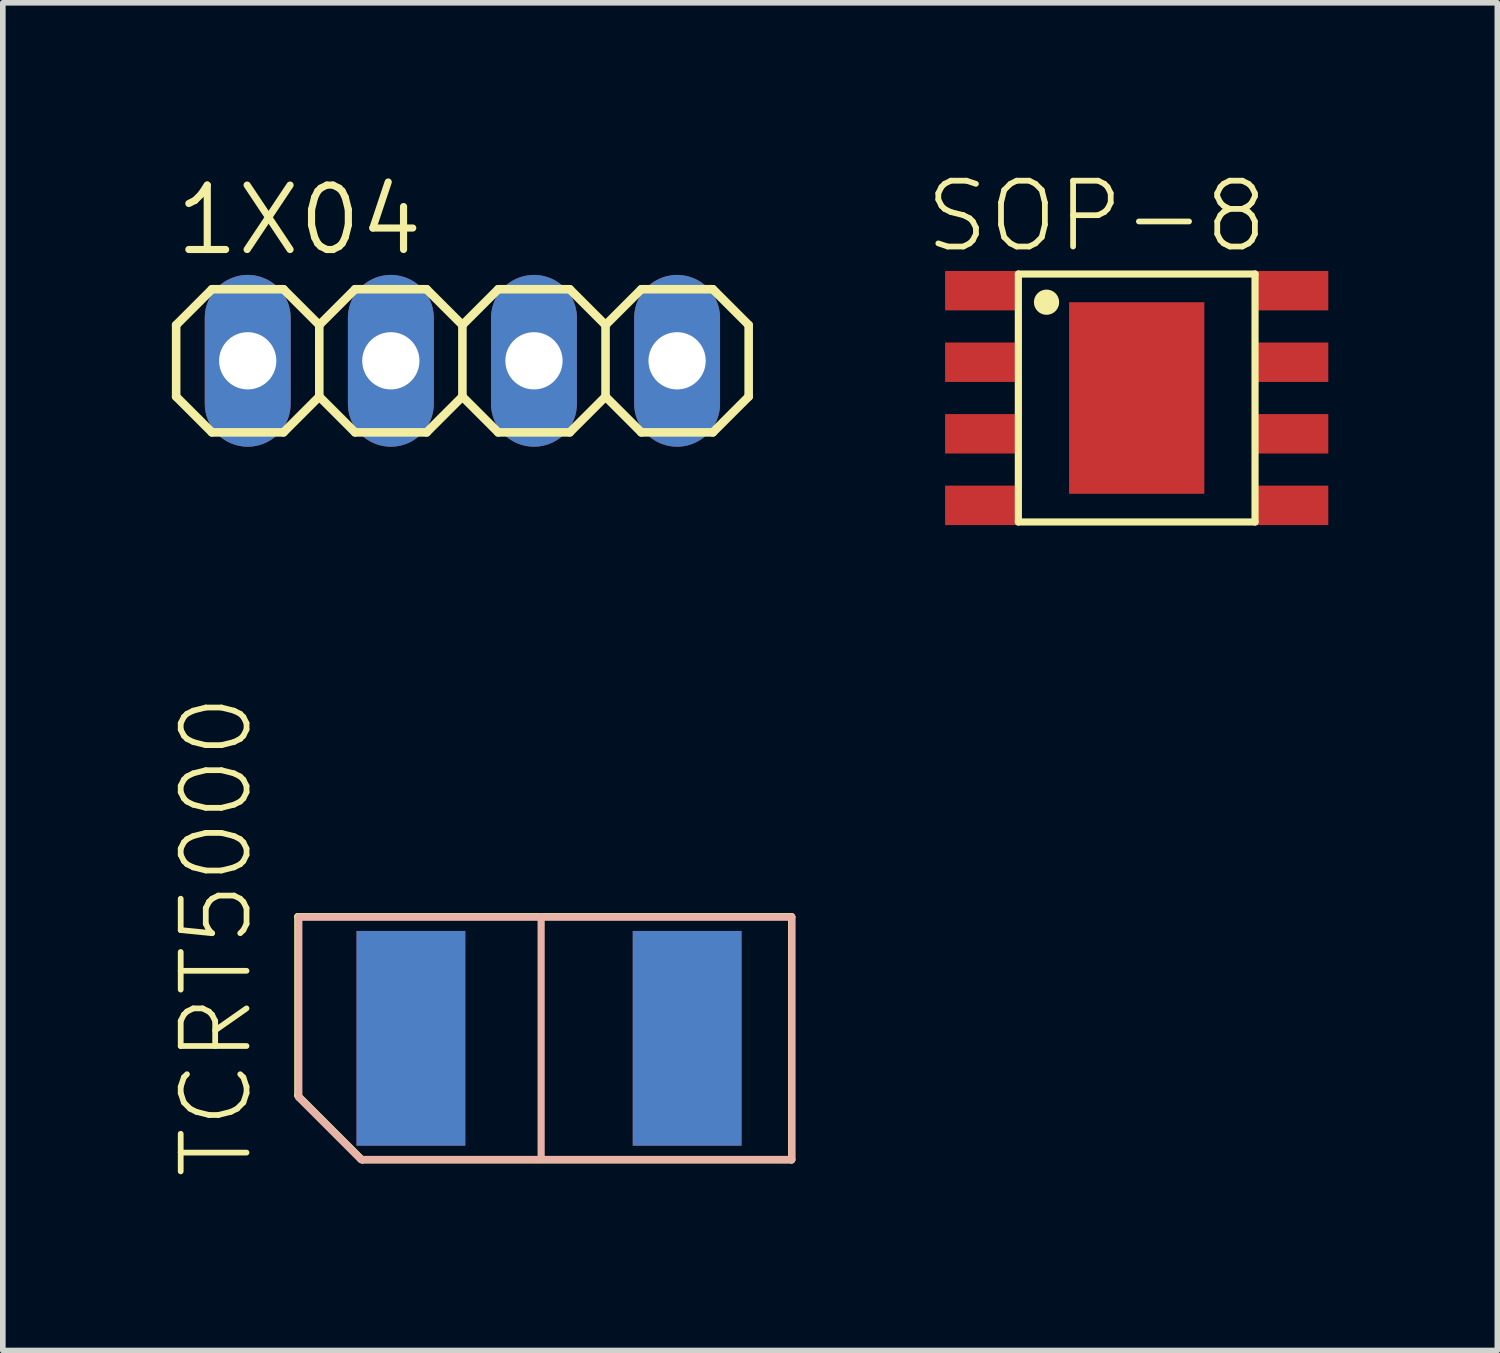
<source format=kicad_pcb>
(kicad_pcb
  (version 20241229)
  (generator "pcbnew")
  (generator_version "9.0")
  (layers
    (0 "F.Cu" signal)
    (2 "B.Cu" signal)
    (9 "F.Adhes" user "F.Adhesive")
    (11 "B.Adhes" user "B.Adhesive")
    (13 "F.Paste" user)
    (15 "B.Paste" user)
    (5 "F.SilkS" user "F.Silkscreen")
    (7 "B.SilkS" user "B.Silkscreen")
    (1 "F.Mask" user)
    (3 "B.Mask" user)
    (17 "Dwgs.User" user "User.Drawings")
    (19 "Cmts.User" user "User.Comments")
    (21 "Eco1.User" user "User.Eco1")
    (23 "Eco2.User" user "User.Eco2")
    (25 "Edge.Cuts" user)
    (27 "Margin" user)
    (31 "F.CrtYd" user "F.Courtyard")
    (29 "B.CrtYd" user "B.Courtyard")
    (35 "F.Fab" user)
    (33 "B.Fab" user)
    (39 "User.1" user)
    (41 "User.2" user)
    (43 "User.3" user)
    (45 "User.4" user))
  (footprint "1X04"
    (layer "F.Cu")
    (at 5.156 3.353)
    (property "Reference" "1X04" (at -5.156 -1.829 0) (unlocked yes) (layer "F.SilkS") (effects (font (size 1.143 1.143) (thickness 0.127)) (justify left bottom)))
    (fp_line (start -5.08 -0.635) (end -5.08 0.635) (stroke (width 0.152) (type solid)) (layer "F.SilkS"))
    (fp_line (start -5.08 0.635) (end -4.445 1.27) (stroke (width 0.152) (type solid)) (layer "F.SilkS"))
    (fp_line (start -4.445 -1.27) (end -5.08 -0.635) (stroke (width 0.152) (type solid)) (layer "F.SilkS"))
    (fp_line (start -4.445 -1.27) (end -3.175 -1.27) (stroke (width 0.152) (type solid)) (layer "F.SilkS"))
    (fp_line (start -3.175 -1.27) (end -2.54 -0.635) (stroke (width 0.152) (type solid)) (layer "F.SilkS"))
    (fp_line (start -3.175 1.27) (end -4.445 1.27) (stroke (width 0.152) (type solid)) (layer "F.SilkS"))
    (fp_line (start -2.54 -0.635) (end -2.54 0.635) (stroke (width 0.152) (type solid)) (layer "F.SilkS"))
    (fp_line (start -2.54 -0.635) (end -1.905 -1.27) (stroke (width 0.152) (type solid)) (layer "F.SilkS"))
    (fp_line (start -2.54 0.635) (end -3.175 1.27) (stroke (width 0.152) (type solid)) (layer "F.SilkS"))
    (fp_line (start -1.905 -1.27) (end -0.635 -1.27) (stroke (width 0.152) (type solid)) (layer "F.SilkS"))
    (fp_line (start -1.905 1.27) (end -2.54 0.635) (stroke (width 0.152) (type solid)) (layer "F.SilkS"))
    (fp_line (start -0.635 -1.27) (end 0 -0.635) (stroke (width 0.152) (type solid)) (layer "F.SilkS"))
    (fp_line (start -0.635 1.27) (end -1.905 1.27) (stroke (width 0.152) (type solid)) (layer "F.SilkS"))
    (fp_line (start 0 -0.635) (end 0 0.635) (stroke (width 0.152) (type solid)) (layer "F.SilkS"))
    (fp_line (start 0 -0.635) (end 0.635 -1.27) (stroke (width 0.152) (type solid)) (layer "F.SilkS"))
    (fp_line (start 0 0.635) (end -0.635 1.27) (stroke (width 0.152) (type solid)) (layer "F.SilkS"))
    (fp_line (start 0.635 -1.27) (end 1.905 -1.27) (stroke (width 0.152) (type solid)) (layer "F.SilkS"))
    (fp_line (start 0.635 1.27) (end 0 0.635) (stroke (width 0.152) (type solid)) (layer "F.SilkS"))
    (fp_line (start 1.905 -1.27) (end 2.54 -0.635) (stroke (width 0.152) (type solid)) (layer "F.SilkS"))
    (fp_line (start 1.905 1.27) (end 0.635 1.27) (stroke (width 0.152) (type solid)) (layer "F.SilkS"))
    (fp_line (start 2.54 -0.635) (end 2.54 0.635) (stroke (width 0.152) (type solid)) (layer "F.SilkS"))
    (fp_line (start 2.54 0.635) (end 1.905 1.27) (stroke (width 0.152) (type solid)) (layer "F.SilkS"))
    (fp_line (start 2.54 0.635) (end 3.175 1.27) (stroke (width 0.152) (type solid)) (layer "F.SilkS"))
    (fp_line (start 3.175 -1.27) (end 2.54 -0.635) (stroke (width 0.152) (type solid)) (layer "F.SilkS"))
    (fp_line (start 3.175 -1.27) (end 4.445 -1.27) (stroke (width 0.152) (type solid)) (layer "F.SilkS"))
    (fp_line (start 4.445 -1.27) (end 5.08 -0.635) (stroke (width 0.152) (type solid)) (layer "F.SilkS"))
    (fp_line (start 4.445 1.27) (end 3.175 1.27) (stroke (width 0.152) (type solid)) (layer "F.SilkS"))
    (fp_line (start 5.08 -0.635) (end 5.08 0.635) (stroke (width 0.152) (type solid)) (layer "F.SilkS"))
    (fp_line (start 5.08 0.635) (end 4.445 1.27) (stroke (width 0.152) (type solid)) (layer "F.SilkS"))
    (fp_poly (pts (xy -4.064 0.254) (xy -3.556 0.254) (xy -3.556 -0.254) (xy -4.064 -0.254)) (stroke (width 0.1) (type default)) (fill no) (layer "F.Fab"))
    (fp_poly (pts (xy -1.524 0.254) (xy -1.016 0.254) (xy -1.016 -0.254) (xy -1.524 -0.254)) (stroke (width 0.1) (type default)) (fill no) (layer "F.Fab"))
    (fp_poly (pts (xy 1.016 0.254) (xy 1.524 0.254) (xy 1.524 -0.254) (xy 1.016 -0.254)) (stroke (width 0.1) (type default)) (fill no) (layer "F.Fab"))
    (fp_poly (pts (xy 3.556 0.254) (xy 4.064 0.254) (xy 4.064 -0.254) (xy 3.556 -0.254)) (stroke (width 0.1) (type default)) (fill no) (layer "F.Fab"))
    (pad "1" thru_hole oval (at -3.81 0 90) (size 3.048 1.524) (drill 1.016) (layers "*.Cu" "*.Mask"))
    (pad "2" thru_hole oval (at -1.27 0 90) (size 3.048 1.524) (drill 1.016) (layers "*.Cu" "*.Mask"))
    (pad "3" thru_hole oval (at 1.27 0 90) (size 3.048 1.524) (drill 1.016) (layers "*.Cu" "*.Mask"))
    (pad "4" thru_hole oval (at 3.81 0 90) (size 3.048 1.524) (drill 1.016) (layers "*.Cu" "*.Mask")))
  (footprint "SOP-8"
    (layer "F.Cu")
    (at 17.122 4.013)
    (property "Reference" "SOP-8" (at -3.81 -2.54 0) (unlocked yes) (layer "F.SilkS") (effects (font (size 1.168 1.168) (thickness 0.102)) (justify left bottom)))
    (fp_poly (pts (xy -1.2 1.7) (xy 1.2 1.7) (xy 1.2 -1.7) (xy -1.2 -1.7)) (stroke (width 0) (type default)) (fill yes) (layer "F.Cu"))
    (fp_line (start -2.1 -2.2) (end -2.1 2.2) (stroke (width 0.127) (type solid)) (layer "F.SilkS"))
    (fp_line (start -2.1 2.2) (end 2.1 2.2) (stroke (width 0.127) (type solid)) (layer "F.SilkS"))
    (fp_line (start 2.1 -2.2) (end -2.1 -2.2) (stroke (width 0.127) (type solid)) (layer "F.SilkS"))
    (fp_line (start 2.1 2.2) (end 2.1 -2.2) (stroke (width 0.127) (type solid)) (layer "F.SilkS"))
    (fp_circle (center -1.6 -1.7) (end -1.488 -1.7) (stroke (width 0.224) (type solid)) (fill yes) (layer "F.SilkS"))
    (pad "1" smd rect (at -2.75 -1.905) (size 1.3 0.7) (layers "F.Cu" "F.Mask" "F.Paste"))
    (pad "2" smd rect (at -2.75 -0.635) (size 1.3 0.7) (layers "F.Cu" "F.Mask" "F.Paste"))
    (pad "3" smd rect (at -2.75 0.635) (size 1.3 0.7) (layers "F.Cu" "F.Mask" "F.Paste"))
    (pad "4" smd rect (at -2.75 1.905) (size 1.3 0.7) (layers "F.Cu" "F.Mask" "F.Paste"))
    (pad "5" smd rect (at 2.75 1.905) (size 1.3 0.7) (layers "F.Cu" "F.Mask" "F.Paste"))
    (pad "6" smd rect (at 2.75 0.635) (size 1.3 0.7) (layers "F.Cu" "F.Mask" "F.Paste"))
    (pad "7" smd rect (at 2.75 -0.635) (size 1.3 0.7) (layers "F.Cu" "F.Mask" "F.Paste"))
    (pad "8" smd rect (at 2.75 -1.905) (size 1.3 0.7) (layers "F.Cu" "F.Mask" "F.Paste")))
  (footprint "TCRT5000"
    (layer "F.Cu")
    (at 6.553 15.376)
    (property "Reference" "TCRT5000" (at -5.08 2.54 90) (unlocked yes) (layer "F.SilkS") (effects (font (size 1.168 1.168) (thickness 0.102)) (justify left bottom)))
    (fp_line (start -4.318 1.016) (end -4.318 -2.159) (stroke (width 0.127) (type solid)) (layer "F.SilkS"))
    (fp_line (start -3.175 2.159) (end -4.318 1.016) (stroke (width 0.127) (type solid)) (layer "F.SilkS"))
    (fp_line (start 4.445 -2.159) (end -4.318 -2.159) (stroke (width 0.127) (type solid)) (layer "F.SilkS"))
    (fp_line (start 4.445 -2.159) (end 4.445 2.159) (stroke (width 0.127) (type solid)) (layer "F.SilkS"))
    (fp_line (start 4.445 2.159) (end -3.175 2.159) (stroke (width 0.127) (type solid)) (layer "F.SilkS"))
    (fp_line (start -4.3 -2.15) (end 0 -2.15) (stroke (width 0.127) (type solid)) (layer "B.SilkS"))
    (fp_line (start -4.3 1.05) (end -4.3 -2.15) (stroke (width 0.127) (type solid)) (layer "B.SilkS"))
    (fp_line (start -3.2 2.15) (end -4.3 1.05) (stroke (width 0.127) (type solid)) (layer "B.SilkS"))
    (fp_line (start 0 -2.15) (end 0 -2.159) (stroke (width 0.127) (type solid)) (layer "B.SilkS"))
    (fp_line (start 0 -2.15) (end 4.45 -2.15) (stroke (width 0.127) (type solid)) (layer "B.SilkS"))
    (fp_line (start 0 2.15) (end -3.2 2.15) (stroke (width 0.127) (type solid)) (layer "B.SilkS"))
    (fp_line (start 0 2.15) (end 0 -2.15) (stroke (width 0.127) (type solid)) (layer "B.SilkS"))
    (fp_line (start 4.45 -2.15) (end 4.45 2.15) (stroke (width 0.127) (type solid)) (layer "B.SilkS"))
    (fp_line (start 4.45 2.15) (end 0 2.15) (stroke (width 0.127) (type solid)) (layer "B.SilkS"))
    (pad "A" smd rect (at -2.311 0 90) (size 3.81 1.93) (layers "B.Cu" "B.Mask" "B.Paste"))
    (pad "C" smd rect (at 2.591 0 90) (size 3.81 1.93) (layers "B.Cu" "B.Mask" "B.Paste"))
    (pad "E" smd rect (at 2.591 0 90) (size 3.81 1.93) (layers "F.Cu" "F.Mask" "F.Paste"))
    (pad "K" smd rect (at -2.311 0 90) (size 3.81 1.93) (layers "F.Cu" "F.Mask" "F.Paste")))
  (gr_rect
    (start -3 -3)
    (end 23.522 20.916)
    (stroke (width 0.1) (type default))
    (fill no)
    (layer "Edge.Cuts")))
</source>
